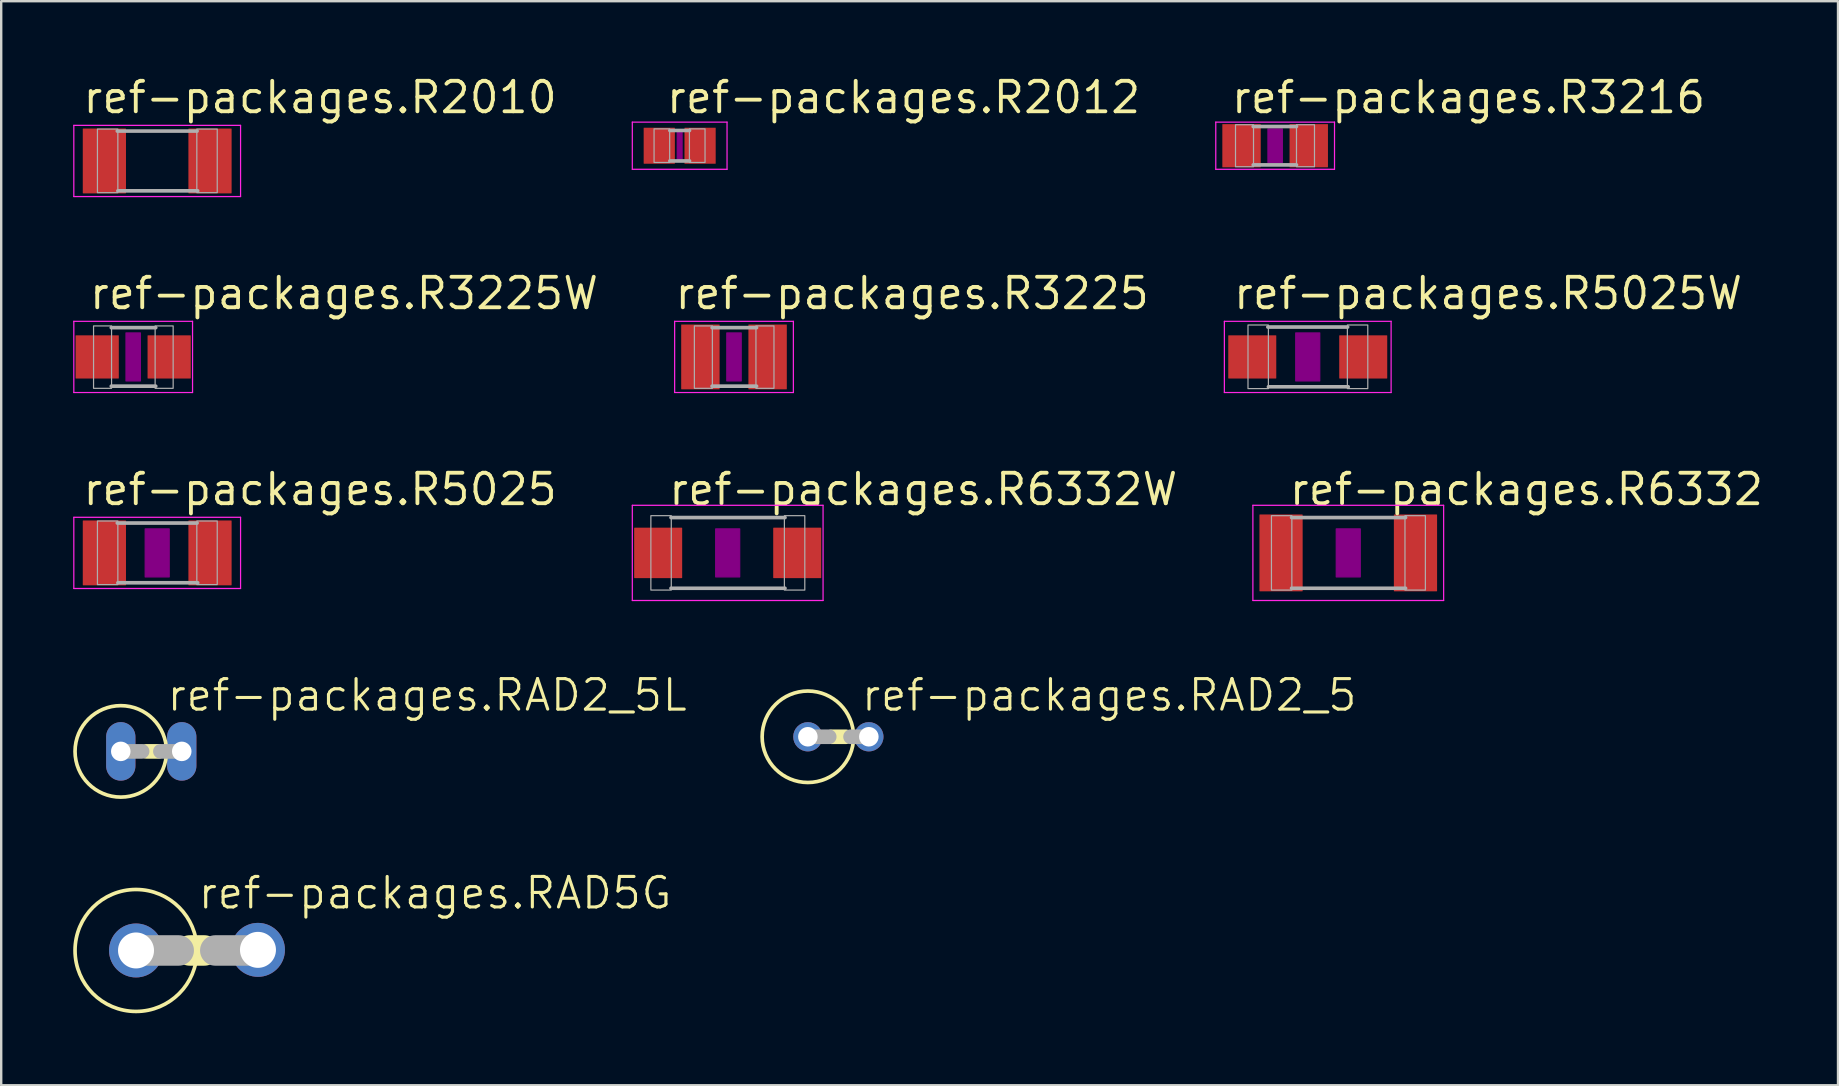
<source format=kicad_pcb>
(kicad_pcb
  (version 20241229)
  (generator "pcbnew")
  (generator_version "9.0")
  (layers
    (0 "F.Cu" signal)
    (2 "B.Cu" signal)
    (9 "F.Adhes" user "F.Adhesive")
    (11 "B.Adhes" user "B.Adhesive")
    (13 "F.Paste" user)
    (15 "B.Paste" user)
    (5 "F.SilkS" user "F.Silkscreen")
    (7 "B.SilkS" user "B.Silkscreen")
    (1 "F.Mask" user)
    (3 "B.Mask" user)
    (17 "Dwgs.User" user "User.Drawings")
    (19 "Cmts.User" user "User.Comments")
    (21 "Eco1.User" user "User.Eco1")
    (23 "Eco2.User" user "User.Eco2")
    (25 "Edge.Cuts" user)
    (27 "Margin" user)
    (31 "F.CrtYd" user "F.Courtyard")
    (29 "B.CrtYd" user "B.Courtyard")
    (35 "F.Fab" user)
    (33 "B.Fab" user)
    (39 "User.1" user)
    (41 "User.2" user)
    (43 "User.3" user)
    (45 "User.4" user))
  (footprint "ref-packages.R3225W"
    (layer "F.Cu")
    (at 2.498 11.818)
    (property "Reference" "ref-packages.R3225W" (at -1.905 -1.905 0) (layer "F.SilkS") (effects (font (size 1.27 1.27) (thickness 0.16)) (justify left bottom)))
    (attr smd)
    (fp_rect (start -0.3 1) (end 0.3 -1) (stroke (width 0.05) (type default)) (fill yes) (layer "F.Adhes"))
    (fp_line (start -2.473 -1.483) (end 2.473 -1.483) (stroke (width 0.051) (type default)) (layer "F.CrtYd"))
    (fp_line (start -2.473 1.483) (end -2.473 -1.483) (stroke (width 0.051) (type default)) (layer "F.CrtYd"))
    (fp_line (start 2.473 -1.483) (end 2.473 1.483) (stroke (width 0.051) (type default)) (layer "F.CrtYd"))
    (fp_line (start 2.473 1.483) (end -2.473 1.483) (stroke (width 0.051) (type default)) (layer "F.CrtYd"))
    (fp_line (start -0.913 -1.219) (end 0.939 -1.219) (stroke (width 0.152) (type default)) (layer "F.Fab"))
    (fp_line (start -0.913 1.219) (end 0.939 1.219) (stroke (width 0.152) (type default)) (layer "F.Fab"))
    (fp_rect (start -1.651 1.308) (end -0.901 -1.292) (stroke (width 0.05) (type default)) (fill no) (layer "F.Fab"))
    (fp_rect (start 0.914 1.308) (end 1.665 -1.292) (stroke (width 0.05) (type default)) (fill no) (layer "F.Fab"))
    (pad "1" smd roundrect (at -1.499 0) (size 1.8 1.8) (layers "F.Cu" "F.Mask" "F.Paste") (roundrect_rratio 0.01))
    (pad "2" smd roundrect (at 1.499 0) (size 1.8 1.8) (layers "F.Cu" "F.Mask" "F.Paste") (roundrect_rratio 0.01)))
  (footprint "ref-packages.R6332W"
    (layer "F.Cu")
    (at 27.263 19.982)
    (property "Reference" "ref-packages.R6332W" (at -2.54 -1.905 0) (layer "F.SilkS") (effects (font (size 1.27 1.27) (thickness 0.16)) (justify left bottom)))
    (attr smd)
    (fp_rect (start -0.5 1) (end 0.5 -1) (stroke (width 0.05) (type default)) (fill yes) (layer "F.Adhes"))
    (fp_line (start -3.973 -1.983) (end 3.973 -1.983) (stroke (width 0.051) (type default)) (layer "F.CrtYd"))
    (fp_line (start -3.973 1.983) (end -3.973 -1.983) (stroke (width 0.051) (type default)) (layer "F.CrtYd"))
    (fp_line (start 3.973 -1.983) (end 3.973 1.983) (stroke (width 0.051) (type default)) (layer "F.CrtYd"))
    (fp_line (start 3.973 1.983) (end -3.973 1.983) (stroke (width 0.051) (type default)) (layer "F.CrtYd"))
    (fp_line (start -2.362 -1.473) (end 2.387 -1.473) (stroke (width 0.152) (type default)) (layer "F.Fab"))
    (fp_line (start -2.362 1.473) (end 2.387 1.473) (stroke (width 0.152) (type default)) (layer "F.Fab"))
    (fp_rect (start -3.2 1.549) (end -2.35 -1.551) (stroke (width 0.05) (type default)) (fill no) (layer "F.Fab"))
    (fp_rect (start 2.362 1.549) (end 3.212 -1.551) (stroke (width 0.05) (type default)) (fill no) (layer "F.Fab"))
    (pad "1" smd roundrect (at -2.896 0) (size 2 2.1) (layers "F.Cu" "F.Mask" "F.Paste") (roundrect_rratio 0.01))
    (pad "2" smd roundrect (at 2.896 0) (size 2 2.1) (layers "F.Cu" "F.Mask" "F.Paste") (roundrect_rratio 0.01)))
  (footprint "ref-packages.RAD5G"
    (layer "F.Cu")
    (at 5.156 36.543)
    (property "Reference" "ref-packages.RAD5G" (at -0.025 -1.651 0) (layer "F.SilkS") (effects (font (size 1.27 1.27) (thickness 0.13)) (justify left bottom)))
    (attr through_hole)
    (fp_line (start 0.305 0) (end -0.305 0) (stroke (width 1.27) (type default)) (layer "F.SilkS"))
    (fp_circle (center -2.54 0) (end 0 0) (stroke (width 0.152) (type default)) (fill no) (layer "F.SilkS"))
    (fp_line (start -2.54 0) (end -0.762 0) (stroke (width 1.27) (type default)) (layer "F.Fab"))
    (fp_line (start 2.54 0) (end 0.762 0) (stroke (width 1.27) (type default)) (layer "F.Fab"))
    (pad "A" thru_hole circle (at 2.54 -0.025) (size 2.248 2.248) (drill 1.499) (layers "*.Cu" "*.Mask"))
    (pad "C" thru_hole circle (at -2.54 0) (size 2.248 2.248) (drill 1.499) (layers "*.Cu" "*.Mask")))
  (footprint "ref-packages.R2010"
    (layer "F.Cu")
    (at 3.498 3.655)
    (property "Reference" "ref-packages.R2010" (at -3.175 -1.905 0) (layer "F.SilkS") (effects (font (size 1.27 1.27) (thickness 0.16)) (justify left bottom)))
    (attr smd)
    (fp_line (start -3.473 -1.483) (end 3.473 -1.483) (stroke (width 0.051) (type default)) (layer "F.CrtYd"))
    (fp_line (start -3.473 1.483) (end -3.473 -1.483) (stroke (width 0.051) (type default)) (layer "F.CrtYd"))
    (fp_line (start 3.473 -1.483) (end 3.473 1.483) (stroke (width 0.051) (type default)) (layer "F.CrtYd"))
    (fp_line (start 3.473 1.483) (end -3.473 1.483) (stroke (width 0.051) (type default)) (layer "F.CrtYd"))
    (fp_line (start -1.662 -1.245) (end 1.662 -1.245) (stroke (width 0.152) (type default)) (layer "F.Fab"))
    (fp_line (start -1.637 1.245) (end 1.687 1.245) (stroke (width 0.152) (type default)) (layer "F.Fab"))
    (fp_rect (start -2.489 1.321) (end -1.639 -1.329) (stroke (width 0.05) (type default)) (fill no) (layer "F.Fab"))
    (fp_rect (start 1.651 1.321) (end 2.501 -1.329) (stroke (width 0.05) (type default)) (fill no) (layer "F.Fab"))
    (pad "1" smd roundrect (at -2.2 0) (size 1.8 2.7) (layers "F.Cu" "F.Mask" "F.Paste") (roundrect_rratio 0.01))
    (pad "2" smd roundrect (at 2.2 0) (size 1.8 2.7) (layers "F.Cu" "F.Mask" "F.Paste") (roundrect_rratio 0.01)))
  (footprint "ref-packages.R2012"
    (layer "F.Cu")
    (at 25.263 3.02)
    (property "Reference" "ref-packages.R2012" (at -0.635 -1.27 0) (layer "F.SilkS") (effects (font (size 1.27 1.27) (thickness 0.16)) (justify left bottom)))
    (attr smd)
    (fp_rect (start -0.1 0.6) (end 0.1 -0.6) (stroke (width 0.05) (type default)) (fill yes) (layer "F.Adhes"))
    (fp_line (start -1.973 -0.983) (end 1.973 -0.983) (stroke (width 0.051) (type default)) (layer "F.CrtYd"))
    (fp_line (start -1.973 0.983) (end -1.973 -0.983) (stroke (width 0.051) (type default)) (layer "F.CrtYd"))
    (fp_line (start 1.973 -0.983) (end 1.973 0.983) (stroke (width 0.051) (type default)) (layer "F.CrtYd"))
    (fp_line (start 1.973 0.983) (end -1.973 0.983) (stroke (width 0.051) (type default)) (layer "F.CrtYd"))
    (fp_line (start -0.41 -0.635) (end 0.41 -0.635) (stroke (width 0.152) (type default)) (layer "F.Fab"))
    (fp_line (start -0.41 0.635) (end 0.41 0.635) (stroke (width 0.152) (type default)) (layer "F.Fab"))
    (fp_rect (start -1.067 0.699) (end -0.417 -0.702) (stroke (width 0.05) (type default)) (fill no) (layer "F.Fab"))
    (fp_rect (start 0.406 0.699) (end 1.056 -0.702) (stroke (width 0.05) (type default)) (fill no) (layer "F.Fab"))
    (pad "1" smd roundrect (at -0.85 0) (size 1.3 1.5) (layers "F.Cu" "F.Mask" "F.Paste") (roundrect_rratio 0.01))
    (pad "2" smd roundrect (at 0.85 0) (size 1.3 1.5) (layers "F.Cu" "F.Mask" "F.Paste") (roundrect_rratio 0.01)))
  (footprint "ref-packages.R6332"
    (layer "F.Cu")
    (at 53.114 19.982)
    (property "Reference" "ref-packages.R6332" (at -2.54 -1.905 0) (layer "F.SilkS") (effects (font (size 1.27 1.27) (thickness 0.16)) (justify left bottom)))
    (attr smd)
    (fp_rect (start -0.5 1) (end 0.5 -1) (stroke (width 0.05) (type default)) (fill yes) (layer "F.Adhes"))
    (fp_line (start -3.973 -1.983) (end 3.973 -1.983) (stroke (width 0.051) (type default)) (layer "F.CrtYd"))
    (fp_line (start -3.973 1.983) (end -3.973 -1.983) (stroke (width 0.051) (type default)) (layer "F.CrtYd"))
    (fp_line (start 3.973 -1.983) (end 3.973 1.983) (stroke (width 0.051) (type default)) (layer "F.CrtYd"))
    (fp_line (start 3.973 1.983) (end -3.973 1.983) (stroke (width 0.051) (type default)) (layer "F.CrtYd"))
    (fp_line (start -2.362 -1.473) (end 2.387 -1.473) (stroke (width 0.152) (type default)) (layer "F.Fab"))
    (fp_line (start -2.362 1.473) (end 2.387 1.473) (stroke (width 0.152) (type default)) (layer "F.Fab"))
    (fp_rect (start -3.2 1.549) (end -2.35 -1.551) (stroke (width 0.05) (type default)) (fill no) (layer "F.Fab"))
    (fp_rect (start 2.362 1.549) (end 3.212 -1.551) (stroke (width 0.05) (type default)) (fill no) (layer "F.Fab"))
    (pad "1" smd roundrect (at -2.8 0) (size 1.8 3.2) (layers "F.Cu" "F.Mask" "F.Paste") (roundrect_rratio 0.01))
    (pad "2" smd roundrect (at 2.8 0) (size 1.8 3.2) (layers "F.Cu" "F.Mask" "F.Paste") (roundrect_rratio 0.01)))
  (footprint "ref-packages.RAD2_5L"
    (layer "F.Cu")
    (at 3.251 28.25)
    (property "Reference" "ref-packages.RAD2_5L" (at 0.584 -1.6 0) (layer "F.SilkS") (effects (font (size 1.27 1.27) (thickness 0.13)) (justify left bottom)))
    (attr through_hole)
    (fp_line (start 0.305 0) (end -0.203 0) (stroke (width 0.61) (type default)) (layer "F.SilkS"))
    (fp_circle (center -1.27 0) (end 0.635 0) (stroke (width 0.152) (type default)) (fill no) (layer "F.SilkS"))
    (fp_line (start -1.27 0) (end -0.381 0) (stroke (width 0.61) (type default)) (layer "F.Fab"))
    (fp_line (start 1.27 0) (end 0.381 0) (stroke (width 0.61) (type default)) (layer "F.Fab"))
    (pad "A" thru_hole oval (at 1.27 0 90) (size 2.438 1.219) (drill 0.813) (layers "*.Cu" "*.Mask"))
    (pad "C" thru_hole oval (at -1.27 0 90) (size 2.438 1.219) (drill 0.813) (layers "*.Cu" "*.Mask")))
  (footprint "ref-packages.RAD2_5"
    (layer "F.Cu")
    (at 31.873 27.641)
    (property "Reference" "ref-packages.RAD2_5" (at 0.889 -0.991 0) (layer "F.SilkS") (effects (font (size 1.27 1.27) (thickness 0.13)) (justify left bottom)))
    (attr through_hole)
    (fp_line (start 0.305 0) (end -0.279 0) (stroke (width 0.61) (type default)) (layer "F.SilkS"))
    (fp_circle (center -1.27 0) (end 0.635 0) (stroke (width 0.152) (type default)) (fill no) (layer "F.SilkS"))
    (fp_line (start -1.27 0) (end -0.381 0) (stroke (width 0.61) (type default)) (layer "F.Fab"))
    (fp_line (start 1.27 0) (end 0.508 0) (stroke (width 0.61) (type default)) (layer "F.Fab"))
    (pad "A" thru_hole circle (at 1.27 0) (size 1.219 1.219) (drill 0.813) (layers "*.Cu" "*.Mask"))
    (pad "C" thru_hole circle (at -1.27 0) (size 1.219 1.219) (drill 0.813) (layers "*.Cu" "*.Mask")))
  (footprint "ref-packages.R5025"
    (layer "F.Cu")
    (at 3.498 19.982)
    (property "Reference" "ref-packages.R5025" (at -3.175 -1.905 0) (layer "F.SilkS") (effects (font (size 1.27 1.27) (thickness 0.16)) (justify left bottom)))
    (attr smd)
    (fp_rect (start -0.5 1) (end 0.5 -1) (stroke (width 0.05) (type default)) (fill yes) (layer "F.Adhes"))
    (fp_line (start -3.473 -1.483) (end 3.473 -1.483) (stroke (width 0.051) (type default)) (layer "F.CrtYd"))
    (fp_line (start -3.473 1.483) (end -3.473 -1.483) (stroke (width 0.051) (type default)) (layer "F.CrtYd"))
    (fp_line (start 3.473 -1.483) (end 3.473 1.483) (stroke (width 0.051) (type default)) (layer "F.CrtYd"))
    (fp_line (start 3.473 1.483) (end -3.473 1.483) (stroke (width 0.051) (type default)) (layer "F.CrtYd"))
    (fp_line (start -1.662 -1.245) (end 1.662 -1.245) (stroke (width 0.152) (type default)) (layer "F.Fab"))
    (fp_line (start -1.637 1.245) (end 1.687 1.245) (stroke (width 0.152) (type default)) (layer "F.Fab"))
    (fp_rect (start -2.489 1.321) (end -1.639 -1.329) (stroke (width 0.05) (type default)) (fill no) (layer "F.Fab"))
    (fp_rect (start 1.651 1.321) (end 2.501 -1.329) (stroke (width 0.05) (type default)) (fill no) (layer "F.Fab"))
    (pad "1" smd roundrect (at -2.2 0) (size 1.8 2.7) (layers "F.Cu" "F.Mask" "F.Paste") (roundrect_rratio 0.01))
    (pad "2" smd roundrect (at 2.2 0) (size 1.8 2.7) (layers "F.Cu" "F.Mask" "F.Paste") (roundrect_rratio 0.01)))
  (footprint "ref-packages.R3216"
    (layer "F.Cu")
    (at 50.068 3.02)
    (property "Reference" "ref-packages.R3216" (at -1.905 -1.27 0) (layer "F.SilkS") (effects (font (size 1.27 1.27) (thickness 0.16)) (justify left bottom)))
    (attr smd)
    (fp_rect (start -0.3 0.7) (end 0.3 -0.7) (stroke (width 0.05) (type default)) (fill yes) (layer "F.Adhes"))
    (fp_line (start -2.473 -0.983) (end 2.473 -0.983) (stroke (width 0.051) (type default)) (layer "F.CrtYd"))
    (fp_line (start -2.473 0.983) (end -2.473 -0.983) (stroke (width 0.051) (type default)) (layer "F.CrtYd"))
    (fp_line (start 2.473 -0.983) (end 2.473 0.983) (stroke (width 0.051) (type default)) (layer "F.CrtYd"))
    (fp_line (start 2.473 0.983) (end -2.473 0.983) (stroke (width 0.051) (type default)) (layer "F.CrtYd"))
    (fp_line (start -0.913 -0.8) (end 0.888 -0.8) (stroke (width 0.152) (type default)) (layer "F.Fab"))
    (fp_line (start -0.913 0.8) (end 0.888 0.8) (stroke (width 0.152) (type default)) (layer "F.Fab"))
    (fp_rect (start -1.651 0.876) (end -0.901 -0.874) (stroke (width 0.05) (type default)) (fill no) (layer "F.Fab"))
    (fp_rect (start 0.889 0.876) (end 1.639 -0.874) (stroke (width 0.05) (type default)) (fill no) (layer "F.Fab"))
    (pad "1" smd roundrect (at -1.4 0) (size 1.6 1.8) (layers "F.Cu" "F.Mask" "F.Paste") (roundrect_rratio 0.01))
    (pad "2" smd roundrect (at 1.4 0) (size 1.6 1.8) (layers "F.Cu" "F.Mask" "F.Paste") (roundrect_rratio 0.01)))
  (footprint "ref-packages.R5025W"
    (layer "F.Cu")
    (at 51.426 11.818)
    (property "Reference" "ref-packages.R5025W" (at -3.175 -1.905 0) (layer "F.SilkS") (effects (font (size 1.27 1.27) (thickness 0.16)) (justify left bottom)))
    (attr smd)
    (fp_rect (start -0.5 1) (end 0.5 -1) (stroke (width 0.05) (type default)) (fill yes) (layer "F.Adhes"))
    (fp_line (start -3.473 -1.483) (end 3.473 -1.483) (stroke (width 0.051) (type default)) (layer "F.CrtYd"))
    (fp_line (start -3.473 1.483) (end -3.473 -1.483) (stroke (width 0.051) (type default)) (layer "F.CrtYd"))
    (fp_line (start 3.473 -1.483) (end 3.473 1.483) (stroke (width 0.051) (type default)) (layer "F.CrtYd"))
    (fp_line (start 3.473 1.483) (end -3.473 1.483) (stroke (width 0.051) (type default)) (layer "F.CrtYd"))
    (fp_line (start -1.662 -1.245) (end 1.662 -1.245) (stroke (width 0.152) (type default)) (layer "F.Fab"))
    (fp_line (start -1.637 1.245) (end 1.687 1.245) (stroke (width 0.152) (type default)) (layer "F.Fab"))
    (fp_rect (start -2.489 1.321) (end -1.639 -1.329) (stroke (width 0.05) (type default)) (fill no) (layer "F.Fab"))
    (fp_rect (start 1.651 1.321) (end 2.501 -1.329) (stroke (width 0.05) (type default)) (fill no) (layer "F.Fab"))
    (pad "1" smd roundrect (at -2.311 0) (size 2 1.8) (layers "F.Cu" "F.Mask" "F.Paste") (roundrect_rratio 0.01))
    (pad "2" smd roundrect (at 2.311 0) (size 2 1.8) (layers "F.Cu" "F.Mask" "F.Paste") (roundrect_rratio 0.01)))
  (footprint "ref-packages.R3225"
    (layer "F.Cu")
    (at 27.526 11.818)
    (property "Reference" "ref-packages.R3225" (at -2.54 -1.905 0) (layer "F.SilkS") (effects (font (size 1.27 1.27) (thickness 0.16)) (justify left bottom)))
    (attr smd)
    (fp_rect (start -0.3 1) (end 0.3 -1) (stroke (width 0.05) (type default)) (fill yes) (layer "F.Adhes"))
    (fp_line (start -2.473 -1.483) (end 2.473 -1.483) (stroke (width 0.051) (type default)) (layer "F.CrtYd"))
    (fp_line (start -2.473 1.483) (end -2.473 -1.483) (stroke (width 0.051) (type default)) (layer "F.CrtYd"))
    (fp_line (start 2.473 -1.483) (end 2.473 1.483) (stroke (width 0.051) (type default)) (layer "F.CrtYd"))
    (fp_line (start 2.473 1.483) (end -2.473 1.483) (stroke (width 0.051) (type default)) (layer "F.CrtYd"))
    (fp_line (start -0.913 -1.219) (end 0.939 -1.219) (stroke (width 0.152) (type default)) (layer "F.Fab"))
    (fp_line (start -0.913 1.219) (end 0.939 1.219) (stroke (width 0.152) (type default)) (layer "F.Fab"))
    (fp_rect (start -1.651 1.308) (end -0.901 -1.292) (stroke (width 0.05) (type default)) (fill no) (layer "F.Fab"))
    (fp_rect (start 0.914 1.308) (end 1.665 -1.292) (stroke (width 0.05) (type default)) (fill no) (layer "F.Fab"))
    (pad "1" smd roundrect (at -1.4 0) (size 1.6 2.7) (layers "F.Cu" "F.Mask" "F.Paste") (roundrect_rratio 0.01))
    (pad "2" smd roundrect (at 1.4 0) (size 1.6 2.7) (layers "F.Cu" "F.Mask" "F.Paste") (roundrect_rratio 0.01)))
  (gr_rect
    (start -3 -3)
    (end 73.515 42.159)
    (stroke (width 0.1) (type default))
    (fill no)
    (layer "Edge.Cuts")))
</source>
